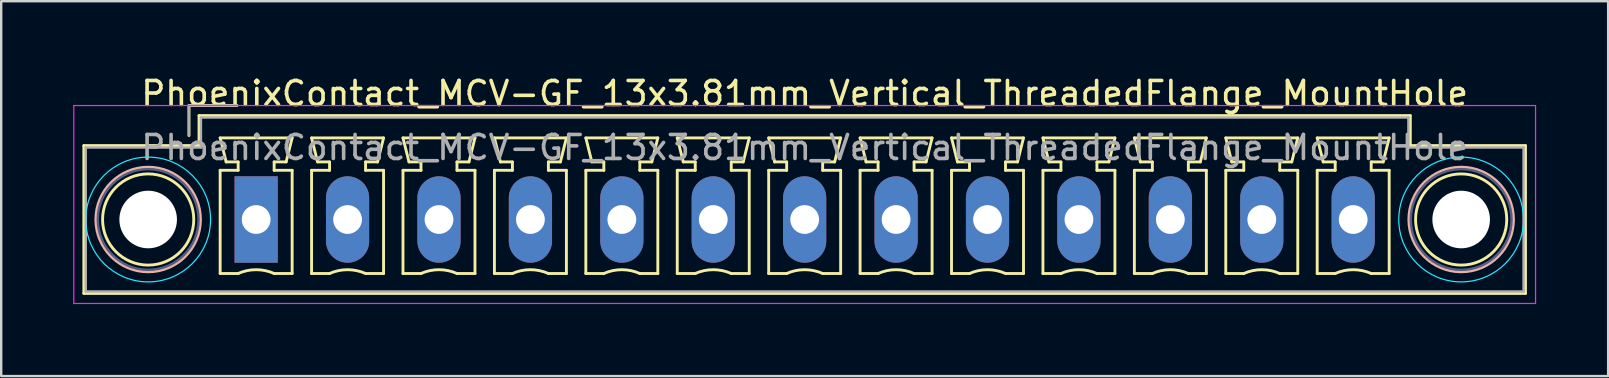
<source format=kicad_pcb>
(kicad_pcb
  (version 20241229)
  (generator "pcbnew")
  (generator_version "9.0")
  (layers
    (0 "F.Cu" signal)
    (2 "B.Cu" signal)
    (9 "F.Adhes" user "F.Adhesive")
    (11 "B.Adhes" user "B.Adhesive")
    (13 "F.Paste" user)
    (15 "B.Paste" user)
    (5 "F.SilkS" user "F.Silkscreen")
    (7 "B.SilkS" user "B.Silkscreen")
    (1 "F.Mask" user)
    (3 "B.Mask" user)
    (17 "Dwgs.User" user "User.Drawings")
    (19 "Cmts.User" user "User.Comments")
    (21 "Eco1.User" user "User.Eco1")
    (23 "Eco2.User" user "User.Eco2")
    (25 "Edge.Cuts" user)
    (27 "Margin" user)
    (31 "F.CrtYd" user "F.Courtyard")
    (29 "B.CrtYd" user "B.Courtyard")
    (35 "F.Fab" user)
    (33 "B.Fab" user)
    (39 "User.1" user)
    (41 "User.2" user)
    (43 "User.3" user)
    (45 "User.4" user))
  (footprint "PhoenixContact_MCV-GF_13x3.81mm_Vertical_ThreadedFlange_MountHole"
    (layer "F.Cu")
    (at 7.625 6.098)
    (property "Reference" "PhoenixContact_MCV-GF_13x3.81mm_Vertical_ThreadedFlange_MountHole" (at 22.86 -5.25 0) (layer "F.SilkS") (effects (font (size 1 1) (thickness 0.15))))
    (attr through_hole)
    (fp_line (start -7.18 -3.08) (end -7.18 3.08) (stroke (width 0.12) (type solid)) (layer "F.SilkS"))
    (fp_line (start -7.18 3.08) (end 52.9 3.08) (stroke (width 0.12) (type solid)) (layer "F.SilkS"))
    (fp_line (start -2.8 -4.75) (end -0.8 -4.75) (stroke (width 0.12) (type solid)) (layer "F.SilkS"))
    (fp_line (start -2.8 -3.5) (end -2.8 -4.75) (stroke (width 0.12) (type solid)) (layer "F.SilkS"))
    (fp_line (start -2.38 -4.33) (end -2.38 -3.08) (stroke (width 0.12) (type solid)) (layer "F.SilkS"))
    (fp_line (start -2.38 -3.08) (end -7.18 -3.08) (stroke (width 0.12) (type solid)) (layer "F.SilkS"))
    (fp_line (start -1.5 -3.4) (end 1.5 -3.4) (stroke (width 0.12) (type solid)) (layer "F.SilkS"))
    (fp_line (start -1.5 -2.05) (end -0.75 -2.05) (stroke (width 0.12) (type solid)) (layer "F.SilkS"))
    (fp_line (start -1.5 2.25) (end -1.5 -2.05) (stroke (width 0.12) (type solid)) (layer "F.SilkS"))
    (fp_line (start -1.25 -2.4) (end -1.5 -3.4) (stroke (width 0.12) (type solid)) (layer "F.SilkS"))
    (fp_line (start -0.75 -2.4) (end -1.25 -2.4) (stroke (width 0.12) (type solid)) (layer "F.SilkS"))
    (fp_line (start -0.75 -2.05) (end -0.75 -2.4) (stroke (width 0.12) (type solid)) (layer "F.SilkS"))
    (fp_line (start -0.75 2.25) (end -1.5 2.25) (stroke (width 0.12) (type solid)) (layer "F.SilkS"))
    (fp_line (start 0.75 -2.4) (end 0.75 -2.05) (stroke (width 0.12) (type solid)) (layer "F.SilkS"))
    (fp_line (start 0.75 -2.05) (end 1.5 -2.05) (stroke (width 0.12) (type solid)) (layer "F.SilkS"))
    (fp_line (start 1.25 -2.4) (end 0.75 -2.4) (stroke (width 0.12) (type solid)) (layer "F.SilkS"))
    (fp_line (start 1.5 -3.4) (end 1.25 -2.4) (stroke (width 0.12) (type solid)) (layer "F.SilkS"))
    (fp_line (start 1.5 -2.05) (end 1.5 2.25) (stroke (width 0.12) (type solid)) (layer "F.SilkS"))
    (fp_line (start 1.5 2.25) (end 0.75 2.25) (stroke (width 0.12) (type solid)) (layer "F.SilkS"))
    (fp_line (start 2.31 -3.4) (end 5.31 -3.4) (stroke (width 0.12) (type solid)) (layer "F.SilkS"))
    (fp_line (start 2.31 -2.05) (end 3.06 -2.05) (stroke (width 0.12) (type solid)) (layer "F.SilkS"))
    (fp_line (start 2.31 2.25) (end 2.31 -2.05) (stroke (width 0.12) (type solid)) (layer "F.SilkS"))
    (fp_line (start 2.56 -2.4) (end 2.31 -3.4) (stroke (width 0.12) (type solid)) (layer "F.SilkS"))
    (fp_line (start 3.06 -2.4) (end 2.56 -2.4) (stroke (width 0.12) (type solid)) (layer "F.SilkS"))
    (fp_line (start 3.06 -2.05) (end 3.06 -2.4) (stroke (width 0.12) (type solid)) (layer "F.SilkS"))
    (fp_line (start 3.06 2.25) (end 2.31 2.25) (stroke (width 0.12) (type solid)) (layer "F.SilkS"))
    (fp_line (start 4.56 -2.4) (end 4.56 -2.05) (stroke (width 0.12) (type solid)) (layer "F.SilkS"))
    (fp_line (start 4.56 -2.05) (end 5.31 -2.05) (stroke (width 0.12) (type solid)) (layer "F.SilkS"))
    (fp_line (start 5.06 -2.4) (end 4.56 -2.4) (stroke (width 0.12) (type solid)) (layer "F.SilkS"))
    (fp_line (start 5.31 -3.4) (end 5.06 -2.4) (stroke (width 0.12) (type solid)) (layer "F.SilkS"))
    (fp_line (start 5.31 -2.05) (end 5.31 2.25) (stroke (width 0.12) (type solid)) (layer "F.SilkS"))
    (fp_line (start 5.31 2.25) (end 4.56 2.25) (stroke (width 0.12) (type solid)) (layer "F.SilkS"))
    (fp_line (start 6.12 -3.4) (end 9.12 -3.4) (stroke (width 0.12) (type solid)) (layer "F.SilkS"))
    (fp_line (start 6.12 -2.05) (end 6.87 -2.05) (stroke (width 0.12) (type solid)) (layer "F.SilkS"))
    (fp_line (start 6.12 2.25) (end 6.12 -2.05) (stroke (width 0.12) (type solid)) (layer "F.SilkS"))
    (fp_line (start 6.37 -2.4) (end 6.12 -3.4) (stroke (width 0.12) (type solid)) (layer "F.SilkS"))
    (fp_line (start 6.87 -2.4) (end 6.37 -2.4) (stroke (width 0.12) (type solid)) (layer "F.SilkS"))
    (fp_line (start 6.87 -2.05) (end 6.87 -2.4) (stroke (width 0.12) (type solid)) (layer "F.SilkS"))
    (fp_line (start 6.87 2.25) (end 6.12 2.25) (stroke (width 0.12) (type solid)) (layer "F.SilkS"))
    (fp_line (start 8.37 -2.4) (end 8.37 -2.05) (stroke (width 0.12) (type solid)) (layer "F.SilkS"))
    (fp_line (start 8.37 -2.05) (end 9.12 -2.05) (stroke (width 0.12) (type solid)) (layer "F.SilkS"))
    (fp_line (start 8.87 -2.4) (end 8.37 -2.4) (stroke (width 0.12) (type solid)) (layer "F.SilkS"))
    (fp_line (start 9.12 -3.4) (end 8.87 -2.4) (stroke (width 0.12) (type solid)) (layer "F.SilkS"))
    (fp_line (start 9.12 -2.05) (end 9.12 2.25) (stroke (width 0.12) (type solid)) (layer "F.SilkS"))
    (fp_line (start 9.12 2.25) (end 8.37 2.25) (stroke (width 0.12) (type solid)) (layer "F.SilkS"))
    (fp_line (start 9.93 -3.4) (end 12.93 -3.4) (stroke (width 0.12) (type solid)) (layer "F.SilkS"))
    (fp_line (start 9.93 -2.05) (end 10.68 -2.05) (stroke (width 0.12) (type solid)) (layer "F.SilkS"))
    (fp_line (start 9.93 2.25) (end 9.93 -2.05) (stroke (width 0.12) (type solid)) (layer "F.SilkS"))
    (fp_line (start 10.18 -2.4) (end 9.93 -3.4) (stroke (width 0.12) (type solid)) (layer "F.SilkS"))
    (fp_line (start 10.68 -2.4) (end 10.18 -2.4) (stroke (width 0.12) (type solid)) (layer "F.SilkS"))
    (fp_line (start 10.68 -2.05) (end 10.68 -2.4) (stroke (width 0.12) (type solid)) (layer "F.SilkS"))
    (fp_line (start 10.68 2.25) (end 9.93 2.25) (stroke (width 0.12) (type solid)) (layer "F.SilkS"))
    (fp_line (start 12.18 -2.4) (end 12.18 -2.05) (stroke (width 0.12) (type solid)) (layer "F.SilkS"))
    (fp_line (start 12.18 -2.05) (end 12.93 -2.05) (stroke (width 0.12) (type solid)) (layer "F.SilkS"))
    (fp_line (start 12.68 -2.4) (end 12.18 -2.4) (stroke (width 0.12) (type solid)) (layer "F.SilkS"))
    (fp_line (start 12.93 -3.4) (end 12.68 -2.4) (stroke (width 0.12) (type solid)) (layer "F.SilkS"))
    (fp_line (start 12.93 -2.05) (end 12.93 2.25) (stroke (width 0.12) (type solid)) (layer "F.SilkS"))
    (fp_line (start 12.93 2.25) (end 12.18 2.25) (stroke (width 0.12) (type solid)) (layer "F.SilkS"))
    (fp_line (start 13.74 -3.4) (end 16.74 -3.4) (stroke (width 0.12) (type solid)) (layer "F.SilkS"))
    (fp_line (start 13.74 -2.05) (end 14.49 -2.05) (stroke (width 0.12) (type solid)) (layer "F.SilkS"))
    (fp_line (start 13.74 2.25) (end 13.74 -2.05) (stroke (width 0.12) (type solid)) (layer "F.SilkS"))
    (fp_line (start 13.99 -2.4) (end 13.74 -3.4) (stroke (width 0.12) (type solid)) (layer "F.SilkS"))
    (fp_line (start 14.49 -2.4) (end 13.99 -2.4) (stroke (width 0.12) (type solid)) (layer "F.SilkS"))
    (fp_line (start 14.49 -2.05) (end 14.49 -2.4) (stroke (width 0.12) (type solid)) (layer "F.SilkS"))
    (fp_line (start 14.49 2.25) (end 13.74 2.25) (stroke (width 0.12) (type solid)) (layer "F.SilkS"))
    (fp_line (start 15.99 -2.4) (end 15.99 -2.05) (stroke (width 0.12) (type solid)) (layer "F.SilkS"))
    (fp_line (start 15.99 -2.05) (end 16.74 -2.05) (stroke (width 0.12) (type solid)) (layer "F.SilkS"))
    (fp_line (start 16.49 -2.4) (end 15.99 -2.4) (stroke (width 0.12) (type solid)) (layer "F.SilkS"))
    (fp_line (start 16.74 -3.4) (end 16.49 -2.4) (stroke (width 0.12) (type solid)) (layer "F.SilkS"))
    (fp_line (start 16.74 -2.05) (end 16.74 2.25) (stroke (width 0.12) (type solid)) (layer "F.SilkS"))
    (fp_line (start 16.74 2.25) (end 15.99 2.25) (stroke (width 0.12) (type solid)) (layer "F.SilkS"))
    (fp_line (start 17.55 -3.4) (end 20.55 -3.4) (stroke (width 0.12) (type solid)) (layer "F.SilkS"))
    (fp_line (start 17.55 -2.05) (end 18.3 -2.05) (stroke (width 0.12) (type solid)) (layer "F.SilkS"))
    (fp_line (start 17.55 2.25) (end 17.55 -2.05) (stroke (width 0.12) (type solid)) (layer "F.SilkS"))
    (fp_line (start 17.8 -2.4) (end 17.55 -3.4) (stroke (width 0.12) (type solid)) (layer "F.SilkS"))
    (fp_line (start 18.3 -2.4) (end 17.8 -2.4) (stroke (width 0.12) (type solid)) (layer "F.SilkS"))
    (fp_line (start 18.3 -2.05) (end 18.3 -2.4) (stroke (width 0.12) (type solid)) (layer "F.SilkS"))
    (fp_line (start 18.3 2.25) (end 17.55 2.25) (stroke (width 0.12) (type solid)) (layer "F.SilkS"))
    (fp_line (start 19.8 -2.4) (end 19.8 -2.05) (stroke (width 0.12) (type solid)) (layer "F.SilkS"))
    (fp_line (start 19.8 -2.05) (end 20.55 -2.05) (stroke (width 0.12) (type solid)) (layer "F.SilkS"))
    (fp_line (start 20.3 -2.4) (end 19.8 -2.4) (stroke (width 0.12) (type solid)) (layer "F.SilkS"))
    (fp_line (start 20.55 -3.4) (end 20.3 -2.4) (stroke (width 0.12) (type solid)) (layer "F.SilkS"))
    (fp_line (start 20.55 -2.05) (end 20.55 2.25) (stroke (width 0.12) (type solid)) (layer "F.SilkS"))
    (fp_line (start 20.55 2.25) (end 19.8 2.25) (stroke (width 0.12) (type solid)) (layer "F.SilkS"))
    (fp_line (start 21.36 -3.4) (end 24.36 -3.4) (stroke (width 0.12) (type solid)) (layer "F.SilkS"))
    (fp_line (start 21.36 -2.05) (end 22.11 -2.05) (stroke (width 0.12) (type solid)) (layer "F.SilkS"))
    (fp_line (start 21.36 2.25) (end 21.36 -2.05) (stroke (width 0.12) (type solid)) (layer "F.SilkS"))
    (fp_line (start 21.61 -2.4) (end 21.36 -3.4) (stroke (width 0.12) (type solid)) (layer "F.SilkS"))
    (fp_line (start 22.11 -2.4) (end 21.61 -2.4) (stroke (width 0.12) (type solid)) (layer "F.SilkS"))
    (fp_line (start 22.11 -2.05) (end 22.11 -2.4) (stroke (width 0.12) (type solid)) (layer "F.SilkS"))
    (fp_line (start 22.11 2.25) (end 21.36 2.25) (stroke (width 0.12) (type solid)) (layer "F.SilkS"))
    (fp_line (start 23.61 -2.4) (end 23.61 -2.05) (stroke (width 0.12) (type solid)) (layer "F.SilkS"))
    (fp_line (start 23.61 -2.05) (end 24.36 -2.05) (stroke (width 0.12) (type solid)) (layer "F.SilkS"))
    (fp_line (start 24.11 -2.4) (end 23.61 -2.4) (stroke (width 0.12) (type solid)) (layer "F.SilkS"))
    (fp_line (start 24.36 -3.4) (end 24.11 -2.4) (stroke (width 0.12) (type solid)) (layer "F.SilkS"))
    (fp_line (start 24.36 -2.05) (end 24.36 2.25) (stroke (width 0.12) (type solid)) (layer "F.SilkS"))
    (fp_line (start 24.36 2.25) (end 23.61 2.25) (stroke (width 0.12) (type solid)) (layer "F.SilkS"))
    (fp_line (start 25.17 -3.4) (end 28.17 -3.4) (stroke (width 0.12) (type solid)) (layer "F.SilkS"))
    (fp_line (start 25.17 -2.05) (end 25.92 -2.05) (stroke (width 0.12) (type solid)) (layer "F.SilkS"))
    (fp_line (start 25.17 2.25) (end 25.17 -2.05) (stroke (width 0.12) (type solid)) (layer "F.SilkS"))
    (fp_line (start 25.42 -2.4) (end 25.17 -3.4) (stroke (width 0.12) (type solid)) (layer "F.SilkS"))
    (fp_line (start 25.92 -2.4) (end 25.42 -2.4) (stroke (width 0.12) (type solid)) (layer "F.SilkS"))
    (fp_line (start 25.92 -2.05) (end 25.92 -2.4) (stroke (width 0.12) (type solid)) (layer "F.SilkS"))
    (fp_line (start 25.92 2.25) (end 25.17 2.25) (stroke (width 0.12) (type solid)) (layer "F.SilkS"))
    (fp_line (start 27.42 -2.4) (end 27.42 -2.05) (stroke (width 0.12) (type solid)) (layer "F.SilkS"))
    (fp_line (start 27.42 -2.05) (end 28.17 -2.05) (stroke (width 0.12) (type solid)) (layer "F.SilkS"))
    (fp_line (start 27.92 -2.4) (end 27.42 -2.4) (stroke (width 0.12) (type solid)) (layer "F.SilkS"))
    (fp_line (start 28.17 -3.4) (end 27.92 -2.4) (stroke (width 0.12) (type solid)) (layer "F.SilkS"))
    (fp_line (start 28.17 -2.05) (end 28.17 2.25) (stroke (width 0.12) (type solid)) (layer "F.SilkS"))
    (fp_line (start 28.17 2.25) (end 27.42 2.25) (stroke (width 0.12) (type solid)) (layer "F.SilkS"))
    (fp_line (start 28.98 -3.4) (end 31.98 -3.4) (stroke (width 0.12) (type solid)) (layer "F.SilkS"))
    (fp_line (start 28.98 -2.05) (end 29.73 -2.05) (stroke (width 0.12) (type solid)) (layer "F.SilkS"))
    (fp_line (start 28.98 2.25) (end 28.98 -2.05) (stroke (width 0.12) (type solid)) (layer "F.SilkS"))
    (fp_line (start 29.23 -2.4) (end 28.98 -3.4) (stroke (width 0.12) (type solid)) (layer "F.SilkS"))
    (fp_line (start 29.73 -2.4) (end 29.23 -2.4) (stroke (width 0.12) (type solid)) (layer "F.SilkS"))
    (fp_line (start 29.73 -2.05) (end 29.73 -2.4) (stroke (width 0.12) (type solid)) (layer "F.SilkS"))
    (fp_line (start 29.73 2.25) (end 28.98 2.25) (stroke (width 0.12) (type solid)) (layer "F.SilkS"))
    (fp_line (start 31.23 -2.4) (end 31.23 -2.05) (stroke (width 0.12) (type solid)) (layer "F.SilkS"))
    (fp_line (start 31.23 -2.05) (end 31.98 -2.05) (stroke (width 0.12) (type solid)) (layer "F.SilkS"))
    (fp_line (start 31.73 -2.4) (end 31.23 -2.4) (stroke (width 0.12) (type solid)) (layer "F.SilkS"))
    (fp_line (start 31.98 -3.4) (end 31.73 -2.4) (stroke (width 0.12) (type solid)) (layer "F.SilkS"))
    (fp_line (start 31.98 -2.05) (end 31.98 2.25) (stroke (width 0.12) (type solid)) (layer "F.SilkS"))
    (fp_line (start 31.98 2.25) (end 31.23 2.25) (stroke (width 0.12) (type solid)) (layer "F.SilkS"))
    (fp_line (start 32.79 -3.4) (end 35.79 -3.4) (stroke (width 0.12) (type solid)) (layer "F.SilkS"))
    (fp_line (start 32.79 -2.05) (end 33.54 -2.05) (stroke (width 0.12) (type solid)) (layer "F.SilkS"))
    (fp_line (start 32.79 2.25) (end 32.79 -2.05) (stroke (width 0.12) (type solid)) (layer "F.SilkS"))
    (fp_line (start 33.04 -2.4) (end 32.79 -3.4) (stroke (width 0.12) (type solid)) (layer "F.SilkS"))
    (fp_line (start 33.54 -2.4) (end 33.04 -2.4) (stroke (width 0.12) (type solid)) (layer "F.SilkS"))
    (fp_line (start 33.54 -2.05) (end 33.54 -2.4) (stroke (width 0.12) (type solid)) (layer "F.SilkS"))
    (fp_line (start 33.54 2.25) (end 32.79 2.25) (stroke (width 0.12) (type solid)) (layer "F.SilkS"))
    (fp_line (start 35.04 -2.4) (end 35.04 -2.05) (stroke (width 0.12) (type solid)) (layer "F.SilkS"))
    (fp_line (start 35.04 -2.05) (end 35.79 -2.05) (stroke (width 0.12) (type solid)) (layer "F.SilkS"))
    (fp_line (start 35.54 -2.4) (end 35.04 -2.4) (stroke (width 0.12) (type solid)) (layer "F.SilkS"))
    (fp_line (start 35.79 -3.4) (end 35.54 -2.4) (stroke (width 0.12) (type solid)) (layer "F.SilkS"))
    (fp_line (start 35.79 -2.05) (end 35.79 2.25) (stroke (width 0.12) (type solid)) (layer "F.SilkS"))
    (fp_line (start 35.79 2.25) (end 35.04 2.25) (stroke (width 0.12) (type solid)) (layer "F.SilkS"))
    (fp_line (start 36.6 -3.4) (end 39.6 -3.4) (stroke (width 0.12) (type solid)) (layer "F.SilkS"))
    (fp_line (start 36.6 -2.05) (end 37.35 -2.05) (stroke (width 0.12) (type solid)) (layer "F.SilkS"))
    (fp_line (start 36.6 2.25) (end 36.6 -2.05) (stroke (width 0.12) (type solid)) (layer "F.SilkS"))
    (fp_line (start 36.85 -2.4) (end 36.6 -3.4) (stroke (width 0.12) (type solid)) (layer "F.SilkS"))
    (fp_line (start 37.35 -2.4) (end 36.85 -2.4) (stroke (width 0.12) (type solid)) (layer "F.SilkS"))
    (fp_line (start 37.35 -2.05) (end 37.35 -2.4) (stroke (width 0.12) (type solid)) (layer "F.SilkS"))
    (fp_line (start 37.35 2.25) (end 36.6 2.25) (stroke (width 0.12) (type solid)) (layer "F.SilkS"))
    (fp_line (start 38.85 -2.4) (end 38.85 -2.05) (stroke (width 0.12) (type solid)) (layer "F.SilkS"))
    (fp_line (start 38.85 -2.05) (end 39.6 -2.05) (stroke (width 0.12) (type solid)) (layer "F.SilkS"))
    (fp_line (start 39.35 -2.4) (end 38.85 -2.4) (stroke (width 0.12) (type solid)) (layer "F.SilkS"))
    (fp_line (start 39.6 -3.4) (end 39.35 -2.4) (stroke (width 0.12) (type solid)) (layer "F.SilkS"))
    (fp_line (start 39.6 -2.05) (end 39.6 2.25) (stroke (width 0.12) (type solid)) (layer "F.SilkS"))
    (fp_line (start 39.6 2.25) (end 38.85 2.25) (stroke (width 0.12) (type solid)) (layer "F.SilkS"))
    (fp_line (start 40.41 -3.4) (end 43.41 -3.4) (stroke (width 0.12) (type solid)) (layer "F.SilkS"))
    (fp_line (start 40.41 -2.05) (end 41.16 -2.05) (stroke (width 0.12) (type solid)) (layer "F.SilkS"))
    (fp_line (start 40.41 2.25) (end 40.41 -2.05) (stroke (width 0.12) (type solid)) (layer "F.SilkS"))
    (fp_line (start 40.66 -2.4) (end 40.41 -3.4) (stroke (width 0.12) (type solid)) (layer "F.SilkS"))
    (fp_line (start 41.16 -2.4) (end 40.66 -2.4) (stroke (width 0.12) (type solid)) (layer "F.SilkS"))
    (fp_line (start 41.16 -2.05) (end 41.16 -2.4) (stroke (width 0.12) (type solid)) (layer "F.SilkS"))
    (fp_line (start 41.16 2.25) (end 40.41 2.25) (stroke (width 0.12) (type solid)) (layer "F.SilkS"))
    (fp_line (start 42.66 -2.4) (end 42.66 -2.05) (stroke (width 0.12) (type solid)) (layer "F.SilkS"))
    (fp_line (start 42.66 -2.05) (end 43.41 -2.05) (stroke (width 0.12) (type solid)) (layer "F.SilkS"))
    (fp_line (start 43.16 -2.4) (end 42.66 -2.4) (stroke (width 0.12) (type solid)) (layer "F.SilkS"))
    (fp_line (start 43.41 -3.4) (end 43.16 -2.4) (stroke (width 0.12) (type solid)) (layer "F.SilkS"))
    (fp_line (start 43.41 -2.05) (end 43.41 2.25) (stroke (width 0.12) (type solid)) (layer "F.SilkS"))
    (fp_line (start 43.41 2.25) (end 42.66 2.25) (stroke (width 0.12) (type solid)) (layer "F.SilkS"))
    (fp_line (start 44.22 -3.4) (end 47.22 -3.4) (stroke (width 0.12) (type solid)) (layer "F.SilkS"))
    (fp_line (start 44.22 -2.05) (end 44.97 -2.05) (stroke (width 0.12) (type solid)) (layer "F.SilkS"))
    (fp_line (start 44.22 2.25) (end 44.22 -2.05) (stroke (width 0.12) (type solid)) (layer "F.SilkS"))
    (fp_line (start 44.47 -2.4) (end 44.22 -3.4) (stroke (width 0.12) (type solid)) (layer "F.SilkS"))
    (fp_line (start 44.97 -2.4) (end 44.47 -2.4) (stroke (width 0.12) (type solid)) (layer "F.SilkS"))
    (fp_line (start 44.97 -2.05) (end 44.97 -2.4) (stroke (width 0.12) (type solid)) (layer "F.SilkS"))
    (fp_line (start 44.97 2.25) (end 44.22 2.25) (stroke (width 0.12) (type solid)) (layer "F.SilkS"))
    (fp_line (start 46.47 -2.4) (end 46.47 -2.05) (stroke (width 0.12) (type solid)) (layer "F.SilkS"))
    (fp_line (start 46.47 -2.05) (end 47.22 -2.05) (stroke (width 0.12) (type solid)) (layer "F.SilkS"))
    (fp_line (start 46.97 -2.4) (end 46.47 -2.4) (stroke (width 0.12) (type solid)) (layer "F.SilkS"))
    (fp_line (start 47.22 -3.4) (end 46.97 -2.4) (stroke (width 0.12) (type solid)) (layer "F.SilkS"))
    (fp_line (start 47.22 -2.05) (end 47.22 2.25) (stroke (width 0.12) (type solid)) (layer "F.SilkS"))
    (fp_line (start 47.22 2.25) (end 46.47 2.25) (stroke (width 0.12) (type solid)) (layer "F.SilkS"))
    (fp_line (start 48.1 -4.33) (end -2.38 -4.33) (stroke (width 0.12) (type solid)) (layer "F.SilkS"))
    (fp_line (start 48.1 -3.08) (end 48.1 -4.33) (stroke (width 0.12) (type solid)) (layer "F.SilkS"))
    (fp_line (start 52.9 -3.08) (end 48.1 -3.08) (stroke (width 0.12) (type solid)) (layer "F.SilkS"))
    (fp_line (start 52.9 3.08) (end 52.9 -3.08) (stroke (width 0.12) (type solid)) (layer "F.SilkS"))
    (fp_arc (start -0.75 2.25) (mid -0.000193 2.09191) (end 0.749647 2.249844) (stroke (width 0.12) (type solid)) (layer "F.SilkS"))
    (fp_arc (start 3.06 2.25) (mid 3.809807 2.09191) (end 4.559647 2.249844) (stroke (width 0.12) (type solid)) (layer "F.SilkS"))
    (fp_arc (start 6.87 2.25) (mid 7.619807 2.09191) (end 8.369647 2.249844) (stroke (width 0.12) (type solid)) (layer "F.SilkS"))
    (fp_arc (start 10.68 2.25) (mid 11.429807 2.09191) (end 12.179647 2.249844) (stroke (width 0.12) (type solid)) (layer "F.SilkS"))
    (fp_arc (start 14.49 2.25) (mid 15.239807 2.09191) (end 15.989647 2.249844) (stroke (width 0.12) (type solid)) (layer "F.SilkS"))
    (fp_arc (start 18.3 2.25) (mid 19.049807 2.09191) (end 19.799647 2.249844) (stroke (width 0.12) (type solid)) (layer "F.SilkS"))
    (fp_arc (start 22.11 2.25) (mid 22.859807 2.09191) (end 23.609647 2.249844) (stroke (width 0.12) (type solid)) (layer "F.SilkS"))
    (fp_arc (start 25.92 2.25) (mid 26.669807 2.09191) (end 27.419647 2.249844) (stroke (width 0.12) (type solid)) (layer "F.SilkS"))
    (fp_arc (start 29.73 2.25) (mid 30.479807 2.09191) (end 31.229647 2.249844) (stroke (width 0.12) (type solid)) (layer "F.SilkS"))
    (fp_arc (start 33.54 2.25) (mid 34.289807 2.09191) (end 35.039647 2.249844) (stroke (width 0.12) (type solid)) (layer "F.SilkS"))
    (fp_arc (start 37.35 2.25) (mid 38.099807 2.09191) (end 38.849647 2.249844) (stroke (width 0.12) (type solid)) (layer "F.SilkS"))
    (fp_arc (start 41.16 2.25) (mid 41.909807 2.09191) (end 42.659647 2.249844) (stroke (width 0.12) (type solid)) (layer "F.SilkS"))
    (fp_arc (start 44.97 2.25) (mid 45.719807 2.09191) (end 46.469647 2.249844) (stroke (width 0.12) (type solid)) (layer "F.SilkS"))
    (fp_circle (center -4.5 0) (end -2.6 0) (stroke (width 0.12) (type solid)) (fill no) (layer "F.SilkS"))
    (fp_circle (center 50.22 0) (end 52.12 0) (stroke (width 0.12) (type solid)) (fill no) (layer "F.SilkS"))
    (fp_circle (center -4.5 0) (end -2.32 0) (stroke (width 0.12) (type solid)) (fill no) (layer "B.SilkS"))
    (fp_circle (center 50.22 0) (end 52.4 0) (stroke (width 0.12) (type solid)) (fill no) (layer "B.SilkS"))
    (fp_circle (center -4.5 0) (end -1.9 0) (stroke (width 0.05) (type solid)) (fill no) (layer "B.CrtYd"))
    (fp_circle (center 50.22 0) (end 52.82 0) (stroke (width 0.05) (type solid)) (fill no) (layer "B.CrtYd"))
    (fp_line (start -7.6 -4.75) (end -7.6 3.5) (stroke (width 0.05) (type solid)) (layer "F.CrtYd"))
    (fp_line (start -7.6 3.5) (end 53.32 3.5) (stroke (width 0.05) (type solid)) (layer "F.CrtYd"))
    (fp_line (start 53.32 -4.75) (end -7.6 -4.75) (stroke (width 0.05) (type solid)) (layer "F.CrtYd"))
    (fp_line (start 53.32 3.5) (end 53.32 -4.75) (stroke (width 0.05) (type solid)) (layer "F.CrtYd"))
    (fp_circle (center -4.5 0) (end -2.4 0) (stroke (width 0.1) (type solid)) (fill no) (layer "B.Fab"))
    (fp_circle (center 50.22 0) (end 52.32 0) (stroke (width 0.1) (type solid)) (fill no) (layer "B.Fab"))
    (fp_line (start -7.1 -3) (end -7.1 3) (stroke (width 0.1) (type solid)) (layer "F.Fab"))
    (fp_line (start -7.1 3) (end 52.82 3) (stroke (width 0.1) (type solid)) (layer "F.Fab"))
    (fp_line (start -2.8 -4.75) (end -0.8 -4.75) (stroke (width 0.1) (type solid)) (layer "F.Fab"))
    (fp_line (start -2.8 -3.5) (end -2.8 -4.75) (stroke (width 0.1) (type solid)) (layer "F.Fab"))
    (fp_line (start -2.3 -4.25) (end -2.3 -3) (stroke (width 0.1) (type solid)) (layer "F.Fab"))
    (fp_line (start -2.3 -3) (end -7.1 -3) (stroke (width 0.1) (type solid)) (layer "F.Fab"))
    (fp_line (start 48.02 -4.25) (end -2.3 -4.25) (stroke (width 0.1) (type solid)) (layer "F.Fab"))
    (fp_line (start 48.02 -3) (end 48.02 -4.25) (stroke (width 0.1) (type solid)) (layer "F.Fab"))
    (fp_line (start 52.82 -3) (end 48.02 -3) (stroke (width 0.1) (type solid)) (layer "F.Fab"))
    (fp_line (start 52.82 3) (end 52.82 -3) (stroke (width 0.1) (type solid)) (layer "F.Fab"))
    (fp_text user "${REFERENCE}" (at 22.86 -3 0) (layer "F.Fab") (effects (font (size 1 1) (thickness 0.15))))
    (pad "" np_thru_hole circle (at -4.5 0) (size 2.4 2.4) (drill 2.4) (layers "*.Cu" "*.Mask"))
    (pad "" np_thru_hole circle (at 50.22 0) (size 2.4 2.4) (drill 2.4) (layers "*.Cu" "*.Mask"))
    (pad "1" thru_hole rect (at 0 0) (size 1.8 3.6) (drill 1.2) (layers "*.Cu" "*.Mask"))
    (pad "2" thru_hole oval (at 3.81 0) (size 1.8 3.6) (drill 1.2) (layers "*.Cu" "*.Mask"))
    (pad "3" thru_hole oval (at 7.62 0) (size 1.8 3.6) (drill 1.2) (layers "*.Cu" "*.Mask"))
    (pad "4" thru_hole oval (at 11.43 0) (size 1.8 3.6) (drill 1.2) (layers "*.Cu" "*.Mask"))
    (pad "5" thru_hole oval (at 15.24 0) (size 1.8 3.6) (drill 1.2) (layers "*.Cu" "*.Mask"))
    (pad "6" thru_hole oval (at 19.05 0) (size 1.8 3.6) (drill 1.2) (layers "*.Cu" "*.Mask"))
    (pad "7" thru_hole oval (at 22.86 0) (size 1.8 3.6) (drill 1.2) (layers "*.Cu" "*.Mask"))
    (pad "8" thru_hole oval (at 26.67 0) (size 1.8 3.6) (drill 1.2) (layers "*.Cu" "*.Mask"))
    (pad "9" thru_hole oval (at 30.48 0) (size 1.8 3.6) (drill 1.2) (layers "*.Cu" "*.Mask"))
    (pad "10" thru_hole oval (at 34.29 0) (size 1.8 3.6) (drill 1.2) (layers "*.Cu" "*.Mask"))
    (pad "11" thru_hole oval (at 38.1 0) (size 1.8 3.6) (drill 1.2) (layers "*.Cu" "*.Mask"))
    (pad "12" thru_hole oval (at 41.91 0) (size 1.8 3.6) (drill 1.2) (layers "*.Cu" "*.Mask"))
    (pad "13" thru_hole oval (at 45.72 0) (size 1.8 3.6) (drill 1.2) (layers "*.Cu" "*.Mask")))
  (gr_rect
    (start -3 -3)
    (end 63.97 12.623)
    (stroke (width 0.1) (type default))
    (fill no)
    (layer "Edge.Cuts")))
</source>
